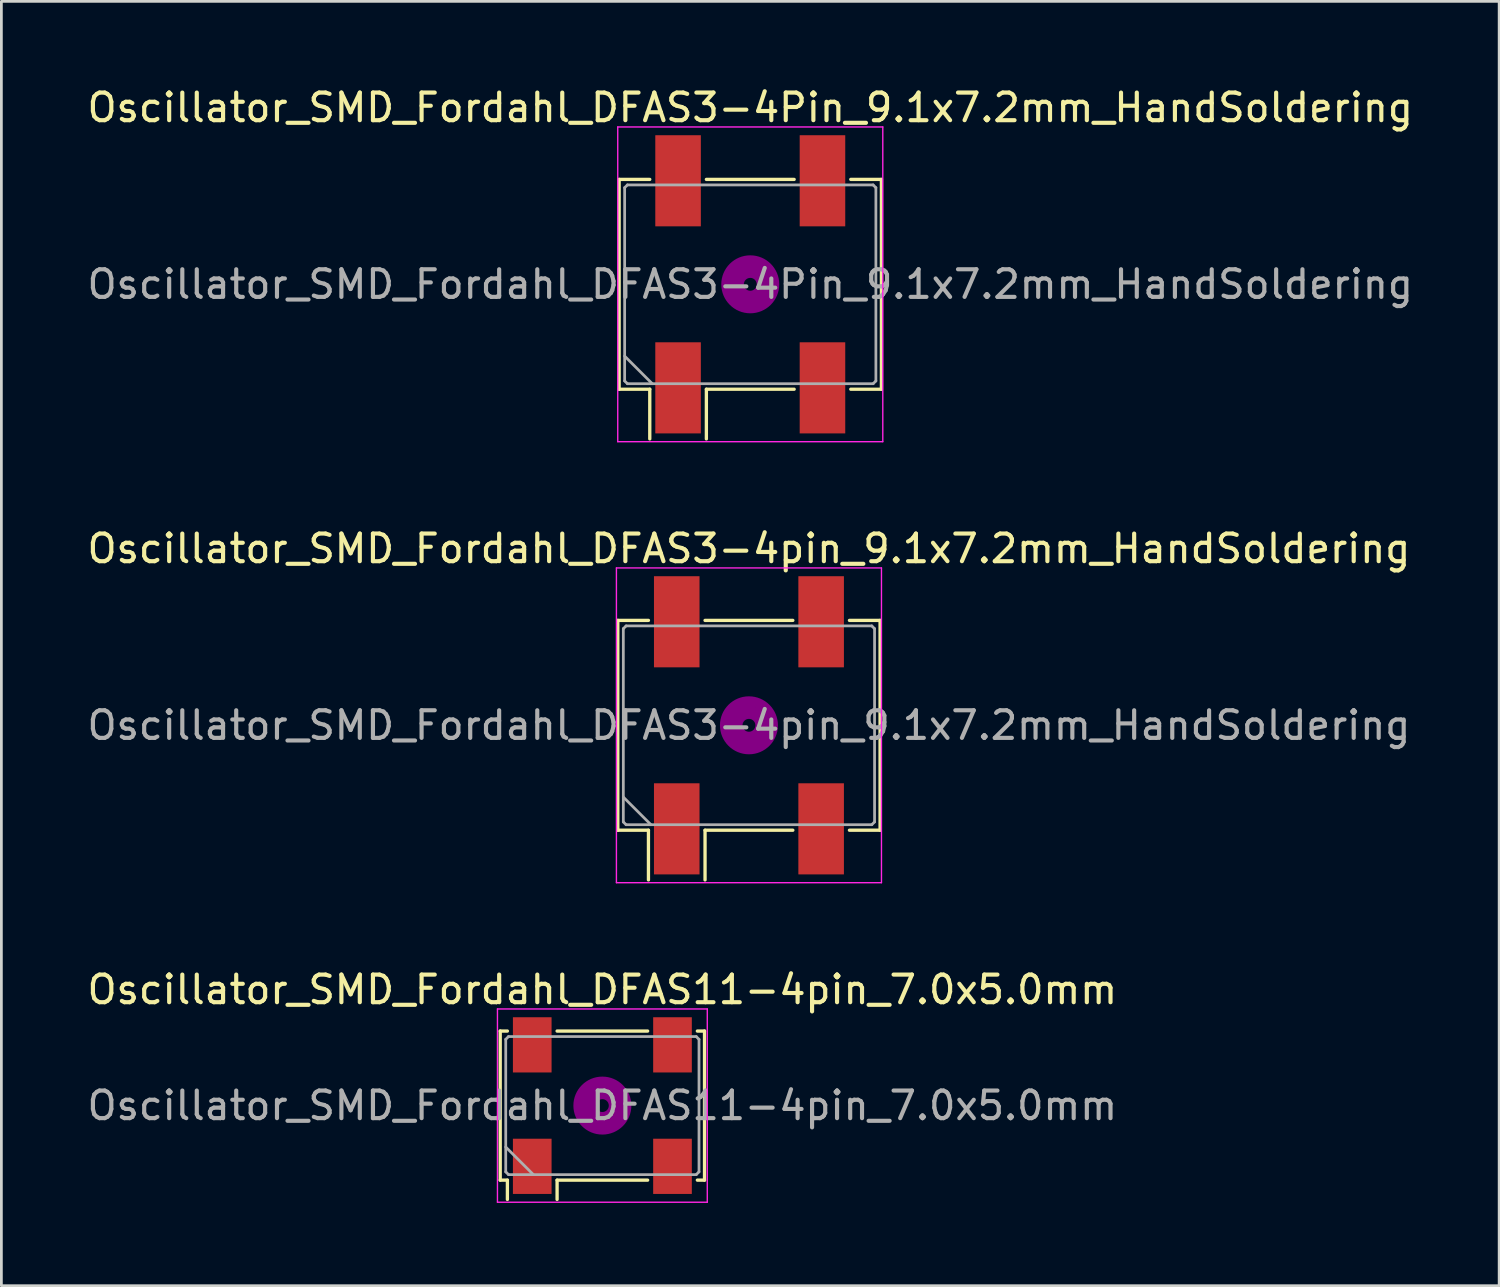
<source format=kicad_pcb>
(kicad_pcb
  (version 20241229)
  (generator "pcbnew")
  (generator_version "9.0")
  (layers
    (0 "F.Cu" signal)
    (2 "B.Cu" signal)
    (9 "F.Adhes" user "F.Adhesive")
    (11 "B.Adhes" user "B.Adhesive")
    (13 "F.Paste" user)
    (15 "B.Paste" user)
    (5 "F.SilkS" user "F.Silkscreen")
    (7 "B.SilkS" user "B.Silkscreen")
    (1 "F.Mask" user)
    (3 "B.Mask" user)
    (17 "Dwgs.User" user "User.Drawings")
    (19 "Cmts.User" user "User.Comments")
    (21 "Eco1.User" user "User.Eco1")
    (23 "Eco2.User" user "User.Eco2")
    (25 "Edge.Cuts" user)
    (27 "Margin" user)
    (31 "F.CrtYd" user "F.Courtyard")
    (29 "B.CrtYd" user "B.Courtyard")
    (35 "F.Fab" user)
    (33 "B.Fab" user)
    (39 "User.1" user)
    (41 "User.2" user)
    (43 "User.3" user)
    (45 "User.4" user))
  (footprint "Oscillator_SMD_Fordahl_DFAS11-4pin_7.0x5.0mm"
    (layer "F.Cu")
    (at 18.768 36.995)
    (property "Reference" "Oscillator_SMD_Fordahl_DFAS11-4pin_7.0x5.0mm" (at 0 -4.2 0) (layer "F.SilkS") (effects (font (size 1 1) (thickness 0.15))))
    (attr smd)
    (fp_line (start -3.7 -2.7) (end -3.44 -2.7) (stroke (width 0.12) (type solid)) (layer "F.SilkS"))
    (fp_line (start -3.7 2.7) (end -3.7 -2.7) (stroke (width 0.12) (type solid)) (layer "F.SilkS"))
    (fp_line (start -3.44 2.7) (end -3.7 2.7) (stroke (width 0.12) (type solid)) (layer "F.SilkS"))
    (fp_line (start -3.44 3.4) (end -3.44 2.7) (stroke (width 0.12) (type solid)) (layer "F.SilkS"))
    (fp_line (start -1.64 -2.7) (end 1.64 -2.7) (stroke (width 0.12) (type solid)) (layer "F.SilkS"))
    (fp_line (start -1.64 2.7) (end -1.64 3.4) (stroke (width 0.12) (type solid)) (layer "F.SilkS"))
    (fp_line (start 1.64 2.7) (end -1.64 2.7) (stroke (width 0.12) (type solid)) (layer "F.SilkS"))
    (fp_line (start 3.44 -2.7) (end 3.7 -2.7) (stroke (width 0.12) (type solid)) (layer "F.SilkS"))
    (fp_line (start 3.7 -2.7) (end 3.7 2.7) (stroke (width 0.12) (type solid)) (layer "F.SilkS"))
    (fp_line (start 3.7 2.7) (end 3.44 2.7) (stroke (width 0.12) (type solid)) (layer "F.SilkS"))
    (fp_circle (center 0 0) (end 0.233 0) (stroke (width 0.467) (type solid)) (fill no) (layer "F.Adhes"))
    (fp_circle (center 0 0) (end 0.533 0) (stroke (width 0.333) (type solid)) (fill no) (layer "F.Adhes"))
    (fp_circle (center 0 0) (end 0.833 0) (stroke (width 0.333) (type solid)) (fill no) (layer "F.Adhes"))
    (fp_circle (center 0 0) (end 1 0) (stroke (width 0.1) (type solid)) (fill no) (layer "F.Adhes"))
    (fp_line (start -3.8 -3.5) (end -3.8 3.5) (stroke (width 0.05) (type solid)) (layer "F.CrtYd"))
    (fp_line (start -3.8 3.5) (end 3.8 3.5) (stroke (width 0.05) (type solid)) (layer "F.CrtYd"))
    (fp_line (start 3.8 -3.5) (end -3.8 -3.5) (stroke (width 0.05) (type solid)) (layer "F.CrtYd"))
    (fp_line (start 3.8 3.5) (end 3.8 -3.5) (stroke (width 0.05) (type solid)) (layer "F.CrtYd"))
    (fp_line (start -3.5 -2.4) (end -3.4 -2.5) (stroke (width 0.1) (type solid)) (layer "F.Fab"))
    (fp_line (start -3.5 1.5) (end -2.5 2.5) (stroke (width 0.1) (type solid)) (layer "F.Fab"))
    (fp_line (start -3.5 2.4) (end -3.5 -2.4) (stroke (width 0.1) (type solid)) (layer "F.Fab"))
    (fp_line (start -3.4 -2.5) (end 3.4 -2.5) (stroke (width 0.1) (type solid)) (layer "F.Fab"))
    (fp_line (start -3.4 2.5) (end -3.5 2.4) (stroke (width 0.1) (type solid)) (layer "F.Fab"))
    (fp_line (start 3.4 -2.5) (end 3.5 -2.4) (stroke (width 0.1) (type solid)) (layer "F.Fab"))
    (fp_line (start 3.4 2.5) (end -3.4 2.5) (stroke (width 0.1) (type solid)) (layer "F.Fab"))
    (fp_line (start 3.5 -2.4) (end 3.5 2.4) (stroke (width 0.1) (type solid)) (layer "F.Fab"))
    (fp_line (start 3.5 2.4) (end 3.4 2.5) (stroke (width 0.1) (type solid)) (layer "F.Fab"))
    (fp_text user "${REFERENCE}" (at 0 0 0) (layer "F.Fab") (effects (font (size 1 1) (thickness 0.15))))
    (pad "1" smd rect (at -2.54 2.2) (size 1.4 2) (layers "F.Cu" "F.Mask" "F.Paste"))
    (pad "2" smd rect (at 2.54 2.2) (size 1.4 2) (layers "F.Cu" "F.Mask" "F.Paste"))
    (pad "3" smd rect (at 2.54 -2.2) (size 1.4 2) (layers "F.Cu" "F.Mask" "F.Paste"))
    (pad "4" smd rect (at -2.54 -2.2) (size 1.4 2) (layers "F.Cu" "F.Mask" "F.Paste")))
  (footprint "Oscillator_SMD_Fordahl_DFAS3-4Pin_9.1x7.2mm_HandSoldering"
    (layer "F.Cu")
    (at 24.125 7.248)
    (property "Reference" "Oscillator_SMD_Fordahl_DFAS3-4Pin_9.1x7.2mm_HandSoldering" (at 0 -6.4 0) (layer "F.SilkS") (effects (font (size 1 1) (thickness 0.15))))
    (attr smd)
    (fp_line (start -4.75 -3.8) (end -3.64 -3.8) (stroke (width 0.12) (type solid)) (layer "F.SilkS"))
    (fp_line (start -4.75 3.8) (end -4.75 -3.8) (stroke (width 0.12) (type solid)) (layer "F.SilkS"))
    (fp_line (start -3.64 3.8) (end -4.75 3.8) (stroke (width 0.12) (type solid)) (layer "F.SilkS"))
    (fp_line (start -3.64 5.6) (end -3.64 3.8) (stroke (width 0.12) (type solid)) (layer "F.SilkS"))
    (fp_line (start -1.59 -3.8) (end 1.59 -3.8) (stroke (width 0.12) (type solid)) (layer "F.SilkS"))
    (fp_line (start -1.59 3.8) (end -1.59 5.6) (stroke (width 0.12) (type solid)) (layer "F.SilkS"))
    (fp_line (start 1.59 3.8) (end -1.59 3.8) (stroke (width 0.12) (type solid)) (layer "F.SilkS"))
    (fp_line (start 3.64 -3.8) (end 4.75 -3.8) (stroke (width 0.12) (type solid)) (layer "F.SilkS"))
    (fp_line (start 4.75 -3.8) (end 4.75 3.8) (stroke (width 0.12) (type solid)) (layer "F.SilkS"))
    (fp_line (start 4.75 3.8) (end 3.64 3.8) (stroke (width 0.12) (type solid)) (layer "F.SilkS"))
    (fp_circle (center 0 0) (end 0.233 0) (stroke (width 0.467) (type solid)) (fill no) (layer "F.Adhes"))
    (fp_circle (center 0 0) (end 0.533 0) (stroke (width 0.333) (type solid)) (fill no) (layer "F.Adhes"))
    (fp_circle (center 0 0) (end 0.833 0) (stroke (width 0.333) (type solid)) (fill no) (layer "F.Adhes"))
    (fp_circle (center 0 0) (end 1 0) (stroke (width 0.1) (type solid)) (fill no) (layer "F.Adhes"))
    (fp_line (start -4.8 -5.7) (end -4.8 5.7) (stroke (width 0.05) (type solid)) (layer "F.CrtYd"))
    (fp_line (start -4.8 5.7) (end 4.8 5.7) (stroke (width 0.05) (type solid)) (layer "F.CrtYd"))
    (fp_line (start 4.8 -5.7) (end -4.8 -5.7) (stroke (width 0.05) (type solid)) (layer "F.CrtYd"))
    (fp_line (start 4.8 5.7) (end 4.8 -5.7) (stroke (width 0.05) (type solid)) (layer "F.CrtYd"))
    (fp_line (start -4.55 -3.5) (end -4.45 -3.6) (stroke (width 0.1) (type solid)) (layer "F.Fab"))
    (fp_line (start -4.55 2.6) (end -3.55 3.6) (stroke (width 0.1) (type solid)) (layer "F.Fab"))
    (fp_line (start -4.55 3.5) (end -4.55 -3.5) (stroke (width 0.1) (type solid)) (layer "F.Fab"))
    (fp_line (start -4.45 -3.6) (end 4.45 -3.6) (stroke (width 0.1) (type solid)) (layer "F.Fab"))
    (fp_line (start -4.45 3.6) (end -4.55 3.5) (stroke (width 0.1) (type solid)) (layer "F.Fab"))
    (fp_line (start 4.45 -3.6) (end 4.55 -3.5) (stroke (width 0.1) (type solid)) (layer "F.Fab"))
    (fp_line (start 4.45 3.6) (end -4.45 3.6) (stroke (width 0.1) (type solid)) (layer "F.Fab"))
    (fp_line (start 4.55 -3.5) (end 4.55 3.5) (stroke (width 0.1) (type solid)) (layer "F.Fab"))
    (fp_line (start 4.55 3.5) (end 4.45 3.6) (stroke (width 0.1) (type solid)) (layer "F.Fab"))
    (fp_text user "${REFERENCE}" (at 0 0 0) (layer "F.Fab") (effects (font (size 1 1) (thickness 0.15))))
    (pad "1" smd rect (at -2.615 3.75) (size 1.65 3.3) (layers "F.Cu" "F.Mask" "F.Paste"))
    (pad "2" smd rect (at 2.615 3.75) (size 1.65 3.3) (layers "F.Cu" "F.Mask" "F.Paste"))
    (pad "3" smd rect (at 2.615 -3.75) (size 1.65 3.3) (layers "F.Cu" "F.Mask" "F.Paste"))
    (pad "4" smd rect (at -2.615 -3.75) (size 1.65 3.3) (layers "F.Cu" "F.Mask" "F.Paste")))
  (footprint "Oscillator_SMD_Fordahl_DFAS3-4pin_9.1x7.2mm_HandSoldering"
    (layer "F.Cu")
    (at 24.077 23.221)
    (property "Reference" "Oscillator_SMD_Fordahl_DFAS3-4pin_9.1x7.2mm_HandSoldering" (at 0 -6.4 0) (layer "F.SilkS") (effects (font (size 1 1) (thickness 0.15))))
    (attr smd)
    (fp_line (start -4.75 -3.8) (end -3.64 -3.8) (stroke (width 0.12) (type solid)) (layer "F.SilkS"))
    (fp_line (start -4.75 3.8) (end -4.75 -3.8) (stroke (width 0.12) (type solid)) (layer "F.SilkS"))
    (fp_line (start -3.64 3.8) (end -4.75 3.8) (stroke (width 0.12) (type solid)) (layer "F.SilkS"))
    (fp_line (start -3.64 5.6) (end -3.64 3.8) (stroke (width 0.12) (type solid)) (layer "F.SilkS"))
    (fp_line (start -1.59 -3.8) (end 1.59 -3.8) (stroke (width 0.12) (type solid)) (layer "F.SilkS"))
    (fp_line (start -1.59 3.8) (end -1.59 5.6) (stroke (width 0.12) (type solid)) (layer "F.SilkS"))
    (fp_line (start 1.59 3.8) (end -1.59 3.8) (stroke (width 0.12) (type solid)) (layer "F.SilkS"))
    (fp_line (start 3.64 -3.8) (end 4.75 -3.8) (stroke (width 0.12) (type solid)) (layer "F.SilkS"))
    (fp_line (start 4.75 -3.8) (end 4.75 3.8) (stroke (width 0.12) (type solid)) (layer "F.SilkS"))
    (fp_line (start 4.75 3.8) (end 3.64 3.8) (stroke (width 0.12) (type solid)) (layer "F.SilkS"))
    (fp_circle (center 0 0) (end 0.233 0) (stroke (width 0.467) (type solid)) (fill no) (layer "F.Adhes"))
    (fp_circle (center 0 0) (end 0.533 0) (stroke (width 0.333) (type solid)) (fill no) (layer "F.Adhes"))
    (fp_circle (center 0 0) (end 0.833 0) (stroke (width 0.333) (type solid)) (fill no) (layer "F.Adhes"))
    (fp_circle (center 0 0) (end 1 0) (stroke (width 0.1) (type solid)) (fill no) (layer "F.Adhes"))
    (fp_line (start -4.8 -5.7) (end -4.8 5.7) (stroke (width 0.05) (type solid)) (layer "F.CrtYd"))
    (fp_line (start -4.8 5.7) (end 4.8 5.7) (stroke (width 0.05) (type solid)) (layer "F.CrtYd"))
    (fp_line (start 4.8 -5.7) (end -4.8 -5.7) (stroke (width 0.05) (type solid)) (layer "F.CrtYd"))
    (fp_line (start 4.8 5.7) (end 4.8 -5.7) (stroke (width 0.05) (type solid)) (layer "F.CrtYd"))
    (fp_line (start -4.55 -3.5) (end -4.45 -3.6) (stroke (width 0.1) (type solid)) (layer "F.Fab"))
    (fp_line (start -4.55 2.6) (end -3.55 3.6) (stroke (width 0.1) (type solid)) (layer "F.Fab"))
    (fp_line (start -4.55 3.5) (end -4.55 -3.5) (stroke (width 0.1) (type solid)) (layer "F.Fab"))
    (fp_line (start -4.45 -3.6) (end 4.45 -3.6) (stroke (width 0.1) (type solid)) (layer "F.Fab"))
    (fp_line (start -4.45 3.6) (end -4.55 3.5) (stroke (width 0.1) (type solid)) (layer "F.Fab"))
    (fp_line (start 4.45 -3.6) (end 4.55 -3.5) (stroke (width 0.1) (type solid)) (layer "F.Fab"))
    (fp_line (start 4.45 3.6) (end -4.45 3.6) (stroke (width 0.1) (type solid)) (layer "F.Fab"))
    (fp_line (start 4.55 -3.5) (end 4.55 3.5) (stroke (width 0.1) (type solid)) (layer "F.Fab"))
    (fp_line (start 4.55 3.5) (end 4.45 3.6) (stroke (width 0.1) (type solid)) (layer "F.Fab"))
    (fp_text user "${REFERENCE}" (at 0 0 0) (layer "F.Fab") (effects (font (size 1 1) (thickness 0.15))))
    (pad "1" smd rect (at -2.615 3.75) (size 1.65 3.3) (layers "F.Cu" "F.Mask" "F.Paste"))
    (pad "2" smd rect (at 2.615 3.75) (size 1.65 3.3) (layers "F.Cu" "F.Mask" "F.Paste"))
    (pad "3" smd rect (at 2.615 -3.75) (size 1.65 3.3) (layers "F.Cu" "F.Mask" "F.Paste"))
    (pad "4" smd rect (at -2.615 -3.75) (size 1.65 3.3) (layers "F.Cu" "F.Mask" "F.Paste")))
  (gr_rect
    (start -3 -3)
    (end 51.25 43.52)
    (stroke (width 0.1) (type default))
    (fill no)
    (layer "Edge.Cuts")))
</source>
